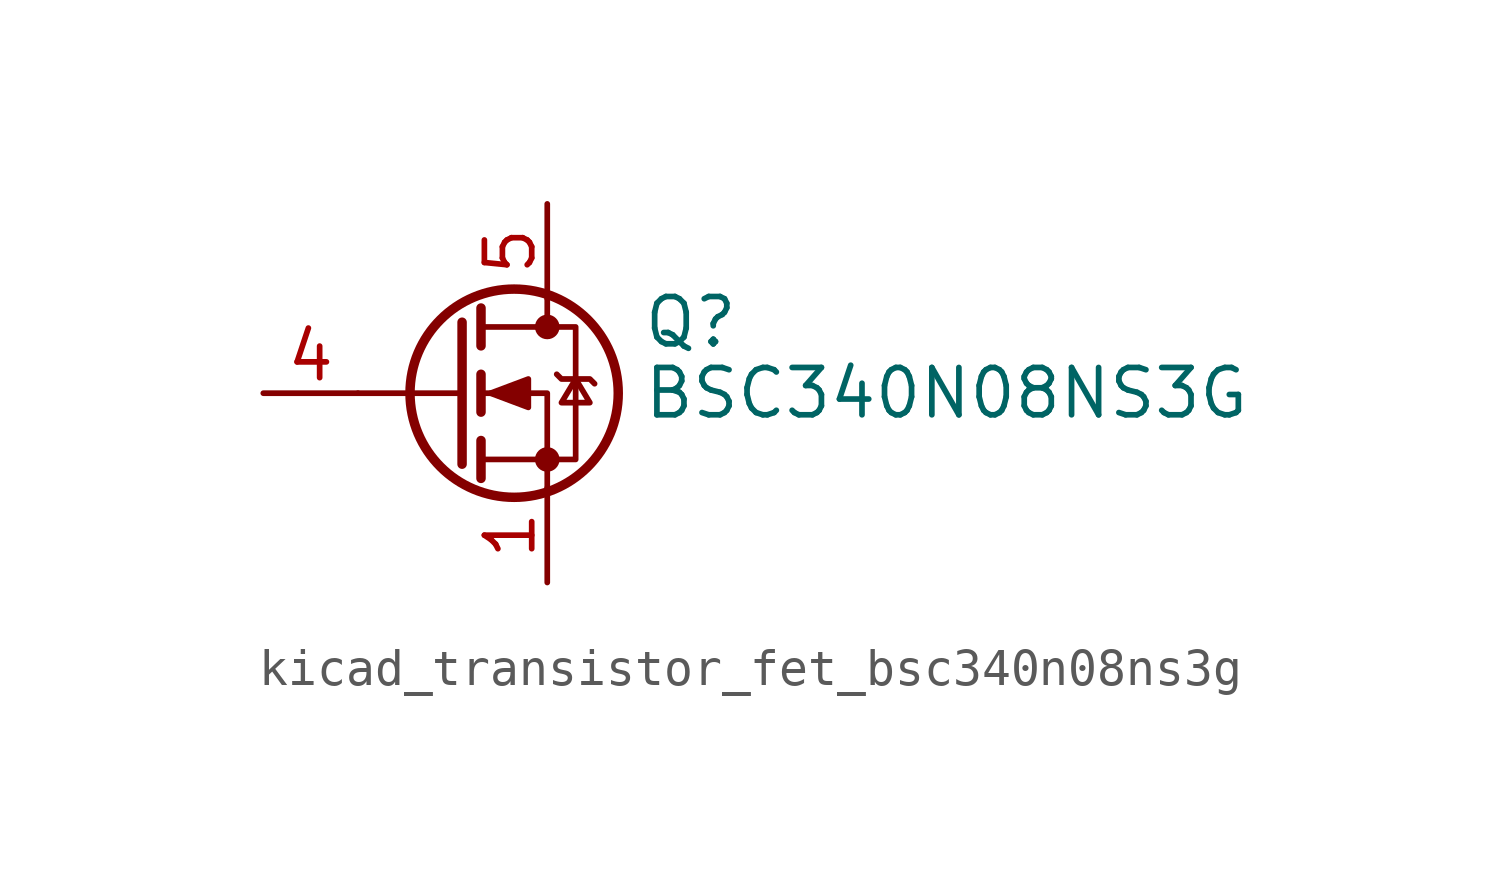
<source format=kicad_sym>
(kicad_symbol_lib
  (version 20220914)
  (generator kicad_symbol_editor)
  (symbol "kicad_transistor_fet_bsc340n08ns3g"
    (pin_names hide)
    (property "Reference" "Q"
      (at 5.08 1.905 0)
      (effects (font (size 1.27 1.27)) (justify left)))
    (property "Value" "BSC340N08NS3G"
      (at 5.08 0 0)
      (effects (font (size 1.27 1.27)) (justify left)))
    (symbol "kicad_transistor_fet_bsc340n08ns3g_0_1"
      (polyline (pts (xy 0.254 0) (xy -2.54 0)) (stroke (width 0) (type default)) (fill (type none)))
      (polyline (pts (xy 0.254 1.905) (xy 0.254 -1.905)) (stroke (width 0.254) (type default)) (fill (type none)))
      (polyline (pts (xy 0.762 -1.27) (xy 0.762 -2.286)) (stroke (width 0.254) (type default)) (fill (type none)))
      (polyline (pts (xy 0.762 0.508) (xy 0.762 -0.508)) (stroke (width 0.254) (type default)) (fill (type none)))
      (polyline (pts (xy 0.762 2.286) (xy 0.762 1.27)) (stroke (width 0.254) (type default)) (fill (type none)))
      (polyline (pts (xy 2.54 2.54) (xy 2.54 1.778)) (stroke (width 0) (type default)) (fill (type none)))
      (polyline (pts (xy 2.54 -2.54) (xy 2.54 0) (xy 0.762 0)) (stroke (width 0) (type default)) (fill (type none)))
      (polyline (pts (xy 0.762 -1.778) (xy 3.302 -1.778) (xy 3.302 1.778) (xy 0.762 1.778)) (stroke (width 0) (type default)) (fill (type none)))
      (polyline (pts (xy 1.016 0) (xy 2.032 0.381) (xy 2.032 -0.381) (xy 1.016 0)) (stroke (width 0) (type default)) (fill (type outline)))
      (polyline (pts (xy 2.794 0.508) (xy 2.921 0.381) (xy 3.683 0.381) (xy 3.81 0.254)) (stroke (width 0) (type default)) (fill (type none)))
      (polyline (pts (xy 3.302 0.381) (xy 2.921 -0.254) (xy 3.683 -0.254) (xy 3.302 0.381)) (stroke (width 0) (type default)) (fill (type none)))
      (circle (center 1.651 0) (radius 2.794) (stroke (width 0.254) (type default)) (fill (type none)))
      (circle (center 2.54 -1.778) (radius 0.254) (stroke (width 0) (type default)) (fill (type outline)))
      (circle (center 2.54 1.778) (radius 0.254) (stroke (width 0) (type default)) (fill (type outline))))
    (symbol "kicad_transistor_fet_bsc340n08ns3g_1_1"
      (pin passive line (at 2.54 -5.08 90) (length 2.54) (name "S" (effects (font (size 1.27 1.27)))) (number "1" (effects (font (size 1.27 1.27)))))
      (pin passive line (at 2.54 -5.08 90) (length 2.54) hide (name "S" (effects (font (size 1.27 1.27)))) (number "2" (effects (font (size 1.27 1.27)))))
      (pin passive line (at 2.54 -5.08 90) (length 2.54) hide (name "S" (effects (font (size 1.27 1.27)))) (number "3" (effects (font (size 1.27 1.27)))))
      (pin passive line (at -5.08 0 0) (length 2.54) (name "G" (effects (font (size 1.27 1.27)))) (number "4" (effects (font (size 1.27 1.27)))))
      (pin passive line (at 2.54 5.08 270) (length 2.54) (name "D" (effects (font (size 1.27 1.27)))) (number "5" (effects (font (size 1.27 1.27))))))))
</source>
